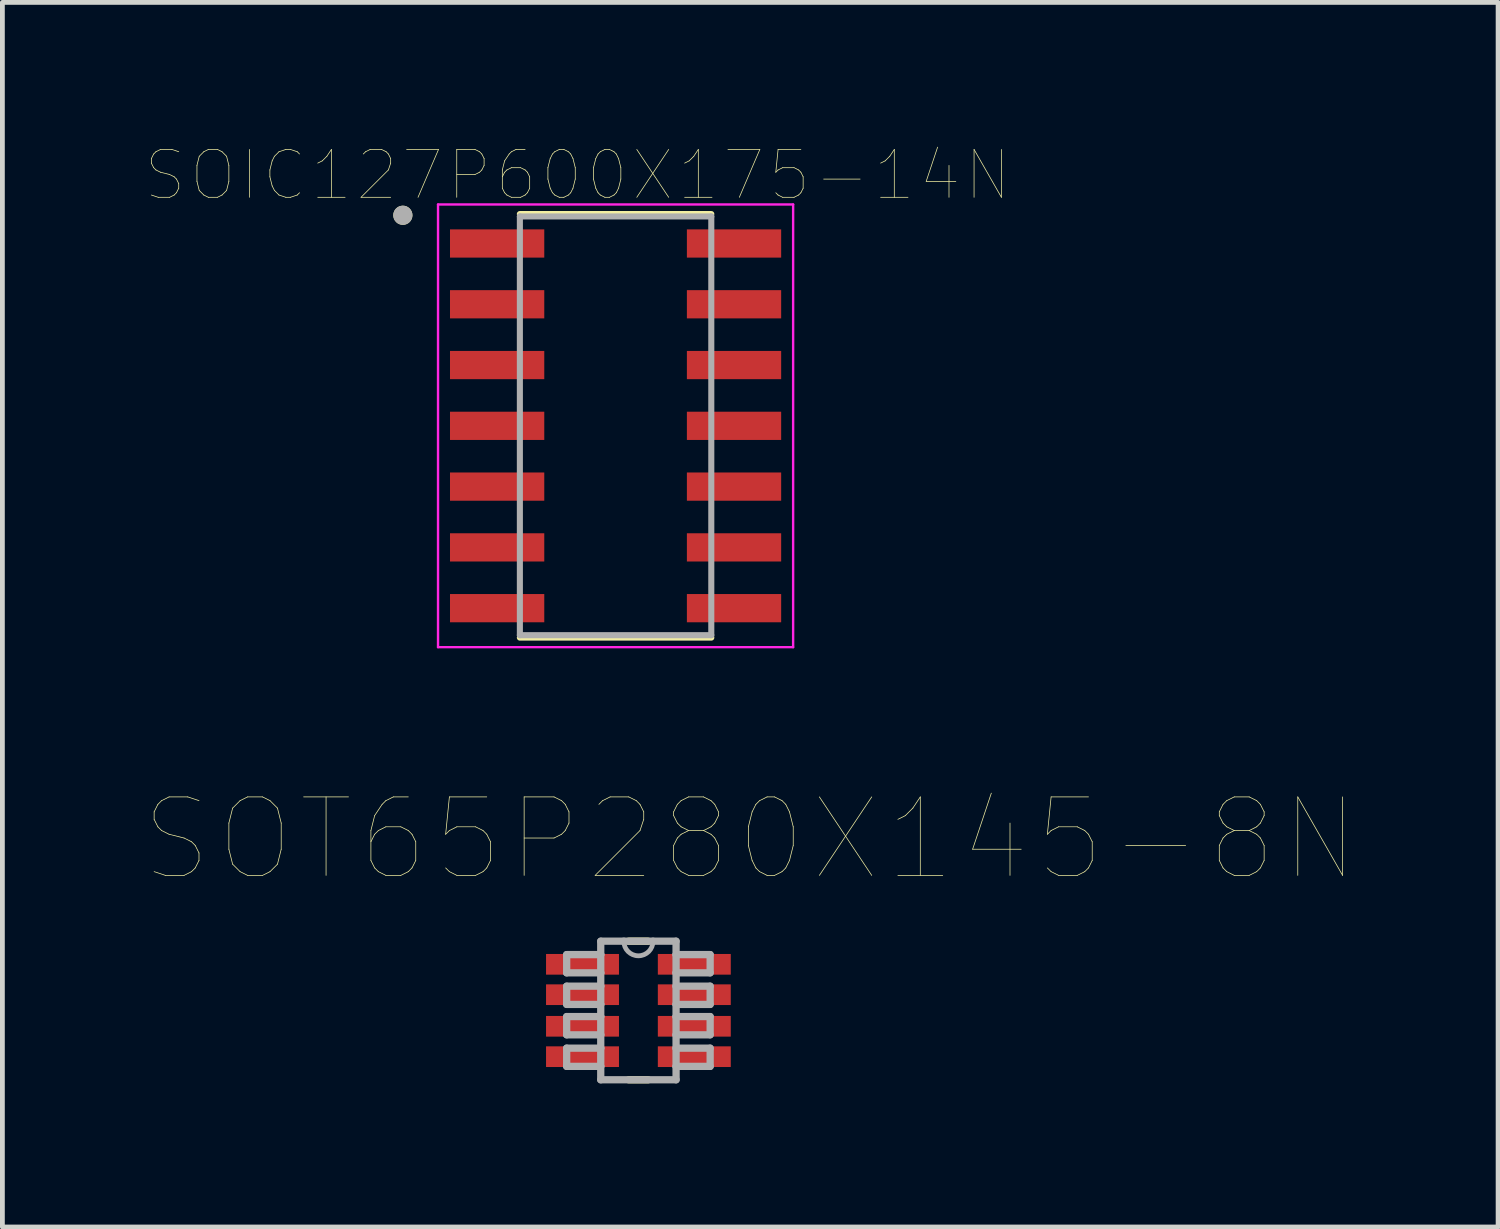
<source format=kicad_pcb>
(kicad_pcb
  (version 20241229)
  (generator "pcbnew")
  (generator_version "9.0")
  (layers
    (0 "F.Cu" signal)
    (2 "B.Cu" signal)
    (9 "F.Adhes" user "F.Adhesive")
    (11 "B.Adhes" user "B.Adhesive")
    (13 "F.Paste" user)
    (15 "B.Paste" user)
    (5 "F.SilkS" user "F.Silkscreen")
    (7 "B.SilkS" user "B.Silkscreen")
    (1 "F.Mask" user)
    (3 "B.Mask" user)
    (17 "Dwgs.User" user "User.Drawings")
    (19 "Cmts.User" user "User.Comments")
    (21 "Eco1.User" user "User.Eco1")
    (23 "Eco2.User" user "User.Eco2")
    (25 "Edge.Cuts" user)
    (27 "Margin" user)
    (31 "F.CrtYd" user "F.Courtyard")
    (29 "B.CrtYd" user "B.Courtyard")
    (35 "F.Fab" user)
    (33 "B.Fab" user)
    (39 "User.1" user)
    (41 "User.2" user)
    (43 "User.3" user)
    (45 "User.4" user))
  (footprint "SOT65P280X145-8N"
    (layer "F.Cu")
    (at 10.29 18.065)
    (property "Reference" "SOT65P280X145-8N" (at 2.337 -3.581 0) (layer "F.SilkS") (effects (font (size 1.64 1.64) (thickness 0.015))))
    (attr through_hole)
    (fp_line (start -0.203 1.448) (end 0.203 1.448) (stroke (width 0.152) (type solid)) (layer "F.SilkS"))
    (fp_line (start 0.203 -1.448) (end -0.203 -1.448) (stroke (width 0.152) (type solid)) (layer "F.SilkS"))
    (fp_line (start -1.499 -1.168) (end -1.499 -0.787) (stroke (width 0.152) (type solid)) (layer "F.Fab"))
    (fp_line (start -1.499 -0.787) (end -0.787 -0.787) (stroke (width 0.152) (type solid)) (layer "F.Fab"))
    (fp_line (start -1.499 -0.508) (end -1.499 -0.127) (stroke (width 0.152) (type solid)) (layer "F.Fab"))
    (fp_line (start -1.499 -0.127) (end -0.787 -0.127) (stroke (width 0.152) (type solid)) (layer "F.Fab"))
    (fp_line (start -1.499 0.127) (end -1.499 0.508) (stroke (width 0.152) (type solid)) (layer "F.Fab"))
    (fp_line (start -1.499 0.508) (end -0.787 0.508) (stroke (width 0.152) (type solid)) (layer "F.Fab"))
    (fp_line (start -1.499 0.787) (end -1.499 1.168) (stroke (width 0.152) (type solid)) (layer "F.Fab"))
    (fp_line (start -1.499 1.168) (end -0.787 1.168) (stroke (width 0.152) (type solid)) (layer "F.Fab"))
    (fp_line (start -0.787 -1.448) (end -0.787 -1.168) (stroke (width 0.152) (type solid)) (layer "F.Fab"))
    (fp_line (start -0.787 -1.168) (end -1.499 -1.168) (stroke (width 0.152) (type solid)) (layer "F.Fab"))
    (fp_line (start -0.787 -1.168) (end -0.787 -0.787) (stroke (width 0.152) (type solid)) (layer "F.Fab"))
    (fp_line (start -0.787 -0.787) (end -0.787 -0.508) (stroke (width 0.152) (type solid)) (layer "F.Fab"))
    (fp_line (start -0.787 -0.508) (end -1.499 -0.508) (stroke (width 0.152) (type solid)) (layer "F.Fab"))
    (fp_line (start -0.787 -0.508) (end -0.787 -0.127) (stroke (width 0.152) (type solid)) (layer "F.Fab"))
    (fp_line (start -0.787 -0.127) (end -0.787 0.127) (stroke (width 0.152) (type solid)) (layer "F.Fab"))
    (fp_line (start -0.787 0.127) (end -1.499 0.127) (stroke (width 0.152) (type solid)) (layer "F.Fab"))
    (fp_line (start -0.787 0.127) (end -0.787 0.508) (stroke (width 0.152) (type solid)) (layer "F.Fab"))
    (fp_line (start -0.787 0.508) (end -0.787 0.787) (stroke (width 0.152) (type solid)) (layer "F.Fab"))
    (fp_line (start -0.787 0.787) (end -1.499 0.787) (stroke (width 0.152) (type solid)) (layer "F.Fab"))
    (fp_line (start -0.787 1.168) (end -0.787 0.787) (stroke (width 0.152) (type solid)) (layer "F.Fab"))
    (fp_line (start -0.787 1.448) (end -0.787 1.168) (stroke (width 0.152) (type solid)) (layer "F.Fab"))
    (fp_line (start -0.787 1.448) (end 0.787 1.448) (stroke (width 0.152) (type solid)) (layer "F.Fab"))
    (fp_line (start -0.305 -1.448) (end -0.787 -1.448) (stroke (width 0.152) (type solid)) (layer "F.Fab"))
    (fp_line (start 0.305 -1.448) (end -0.305 -1.448) (stroke (width 0.152) (type solid)) (layer "F.Fab"))
    (fp_line (start 0.787 -1.448) (end 0.305 -1.448) (stroke (width 0.152) (type solid)) (layer "F.Fab"))
    (fp_line (start 0.787 -1.448) (end 0.787 -1.168) (stroke (width 0.152) (type solid)) (layer "F.Fab"))
    (fp_line (start 0.787 -1.168) (end 0.787 -0.787) (stroke (width 0.152) (type solid)) (layer "F.Fab"))
    (fp_line (start 0.787 -0.787) (end 1.499 -0.787) (stroke (width 0.152) (type solid)) (layer "F.Fab"))
    (fp_line (start 0.787 -0.508) (end 0.787 -0.787) (stroke (width 0.152) (type solid)) (layer "F.Fab"))
    (fp_line (start 0.787 -0.127) (end 0.787 -0.508) (stroke (width 0.152) (type solid)) (layer "F.Fab"))
    (fp_line (start 0.787 -0.127) (end 1.499 -0.127) (stroke (width 0.152) (type solid)) (layer "F.Fab"))
    (fp_line (start 0.787 0.127) (end 0.787 -0.127) (stroke (width 0.152) (type solid)) (layer "F.Fab"))
    (fp_line (start 0.787 0.508) (end 0.787 0.127) (stroke (width 0.152) (type solid)) (layer "F.Fab"))
    (fp_line (start 0.787 0.508) (end 1.499 0.508) (stroke (width 0.152) (type solid)) (layer "F.Fab"))
    (fp_line (start 0.787 0.787) (end 0.787 0.508) (stroke (width 0.152) (type solid)) (layer "F.Fab"))
    (fp_line (start 0.787 1.168) (end 0.787 0.787) (stroke (width 0.152) (type solid)) (layer "F.Fab"))
    (fp_line (start 0.787 1.168) (end 1.499 1.168) (stroke (width 0.152) (type solid)) (layer "F.Fab"))
    (fp_line (start 0.787 1.448) (end 0.787 1.168) (stroke (width 0.152) (type solid)) (layer "F.Fab"))
    (fp_line (start 1.499 -1.168) (end 0.787 -1.168) (stroke (width 0.152) (type solid)) (layer "F.Fab"))
    (fp_line (start 1.499 -0.787) (end 1.499 -1.168) (stroke (width 0.152) (type solid)) (layer "F.Fab"))
    (fp_line (start 1.499 -0.508) (end 0.787 -0.508) (stroke (width 0.152) (type solid)) (layer "F.Fab"))
    (fp_line (start 1.499 -0.127) (end 1.499 -0.508) (stroke (width 0.152) (type solid)) (layer "F.Fab"))
    (fp_line (start 1.499 0.127) (end 0.787 0.127) (stroke (width 0.152) (type solid)) (layer "F.Fab"))
    (fp_line (start 1.499 0.508) (end 1.499 0.127) (stroke (width 0.152) (type solid)) (layer "F.Fab"))
    (fp_line (start 1.499 0.787) (end 0.787 0.787) (stroke (width 0.152) (type solid)) (layer "F.Fab"))
    (fp_line (start 1.499 1.168) (end 1.499 0.787) (stroke (width 0.152) (type solid)) (layer "F.Fab"))
    (fp_arc (start 0.3048 -1.4478) (mid 0 -1.143) (end -0.3048 -1.4478) (stroke (width 0.1) (type solid)) (layer "F.Fab"))
    (pad "1" smd rect (at -1.168 -0.965) (size 1.524 0.432) (layers "F.Cu" "F.Mask" "F.Paste"))
    (pad "2" smd rect (at -1.168 -0.33) (size 1.524 0.432) (layers "F.Cu" "F.Mask" "F.Paste"))
    (pad "3" smd rect (at -1.168 0.33) (size 1.524 0.432) (layers "F.Cu" "F.Mask" "F.Paste"))
    (pad "4" smd rect (at -1.168 0.965) (size 1.524 0.432) (layers "F.Cu" "F.Mask" "F.Paste"))
    (pad "5" smd rect (at 1.168 0.965) (size 1.524 0.432) (layers "F.Cu" "F.Mask" "F.Paste"))
    (pad "6" smd rect (at 1.168 0.33) (size 1.524 0.432) (layers "F.Cu" "F.Mask" "F.Paste"))
    (pad "7" smd rect (at 1.168 -0.33) (size 1.524 0.432) (layers "F.Cu" "F.Mask" "F.Paste"))
    (pad "8" smd rect (at 1.168 -0.965) (size 1.524 0.432) (layers "F.Cu" "F.Mask" "F.Paste")))
  (footprint "SOIC127P600X175-14N"
    (layer "F.Cu")
    (at 9.813 5.848)
    (property "Reference" "SOIC127P600X175-14N" (at -0.795 -5.237 0) (layer "F.SilkS") (effects (font (size 1 1) (thickness 0.015))))
    (attr through_hole)
    (fp_line (start -2 -4.425) (end 2 -4.425) (stroke (width 0.127) (type solid)) (layer "F.SilkS"))
    (fp_line (start -2 4.425) (end 2 4.425) (stroke (width 0.127) (type solid)) (layer "F.SilkS"))
    (fp_circle (center -4.445 -4.4) (end -4.345 -4.4) (stroke (width 0.2) (type solid)) (fill no) (layer "F.SilkS"))
    (fp_line (start -3.71 -4.625) (end -3.71 4.625) (stroke (width 0.05) (type solid)) (layer "F.CrtYd"))
    (fp_line (start -3.71 -4.625) (end 3.71 -4.625) (stroke (width 0.05) (type solid)) (layer "F.CrtYd"))
    (fp_line (start -3.71 4.625) (end 3.71 4.625) (stroke (width 0.05) (type solid)) (layer "F.CrtYd"))
    (fp_line (start 3.71 -4.625) (end 3.71 4.625) (stroke (width 0.05) (type solid)) (layer "F.CrtYd"))
    (fp_line (start -2 -4.375) (end -2 4.375) (stroke (width 0.127) (type solid)) (layer "F.Fab"))
    (fp_line (start -2 -4.375) (end 2 -4.375) (stroke (width 0.127) (type solid)) (layer "F.Fab"))
    (fp_line (start -2 4.375) (end 2 4.375) (stroke (width 0.127) (type solid)) (layer "F.Fab"))
    (fp_line (start 2 -4.375) (end 2 4.375) (stroke (width 0.127) (type solid)) (layer "F.Fab"))
    (fp_circle (center -4.445 -4.4) (end -4.345 -4.4) (stroke (width 0.2) (type solid)) (fill no) (layer "F.Fab"))
    (pad "1" smd rect (at -2.475 -3.81) (size 1.97 0.59) (layers "F.Cu" "F.Mask" "F.Paste"))
    (pad "2" smd rect (at -2.475 -2.54) (size 1.97 0.59) (layers "F.Cu" "F.Mask" "F.Paste"))
    (pad "3" smd rect (at -2.475 -1.27) (size 1.97 0.59) (layers "F.Cu" "F.Mask" "F.Paste"))
    (pad "4" smd rect (at -2.475 0) (size 1.97 0.59) (layers "F.Cu" "F.Mask" "F.Paste"))
    (pad "5" smd rect (at -2.475 1.27) (size 1.97 0.59) (layers "F.Cu" "F.Mask" "F.Paste"))
    (pad "6" smd rect (at -2.475 2.54) (size 1.97 0.59) (layers "F.Cu" "F.Mask" "F.Paste"))
    (pad "7" smd rect (at -2.475 3.81) (size 1.97 0.59) (layers "F.Cu" "F.Mask" "F.Paste"))
    (pad "8" smd rect (at 2.475 3.81) (size 1.97 0.59) (layers "F.Cu" "F.Mask" "F.Paste"))
    (pad "9" smd rect (at 2.475 2.54) (size 1.97 0.59) (layers "F.Cu" "F.Mask" "F.Paste"))
    (pad "10" smd rect (at 2.475 1.27) (size 1.97 0.59) (layers "F.Cu" "F.Mask" "F.Paste"))
    (pad "11" smd rect (at 2.475 0) (size 1.97 0.59) (layers "F.Cu" "F.Mask" "F.Paste"))
    (pad "12" smd rect (at 2.475 -1.27) (size 1.97 0.59) (layers "F.Cu" "F.Mask" "F.Paste"))
    (pad "13" smd rect (at 2.475 -2.54) (size 1.97 0.59) (layers "F.Cu" "F.Mask" "F.Paste"))
    (pad "14" smd rect (at 2.475 -3.81) (size 1.97 0.59) (layers "F.Cu" "F.Mask" "F.Paste")))
  (gr_rect
    (start -3 -3)
    (end 28.254 22.589)
    (stroke (width 0.1) (type default))
    (fill no)
    (layer "Edge.Cuts")))
</source>
